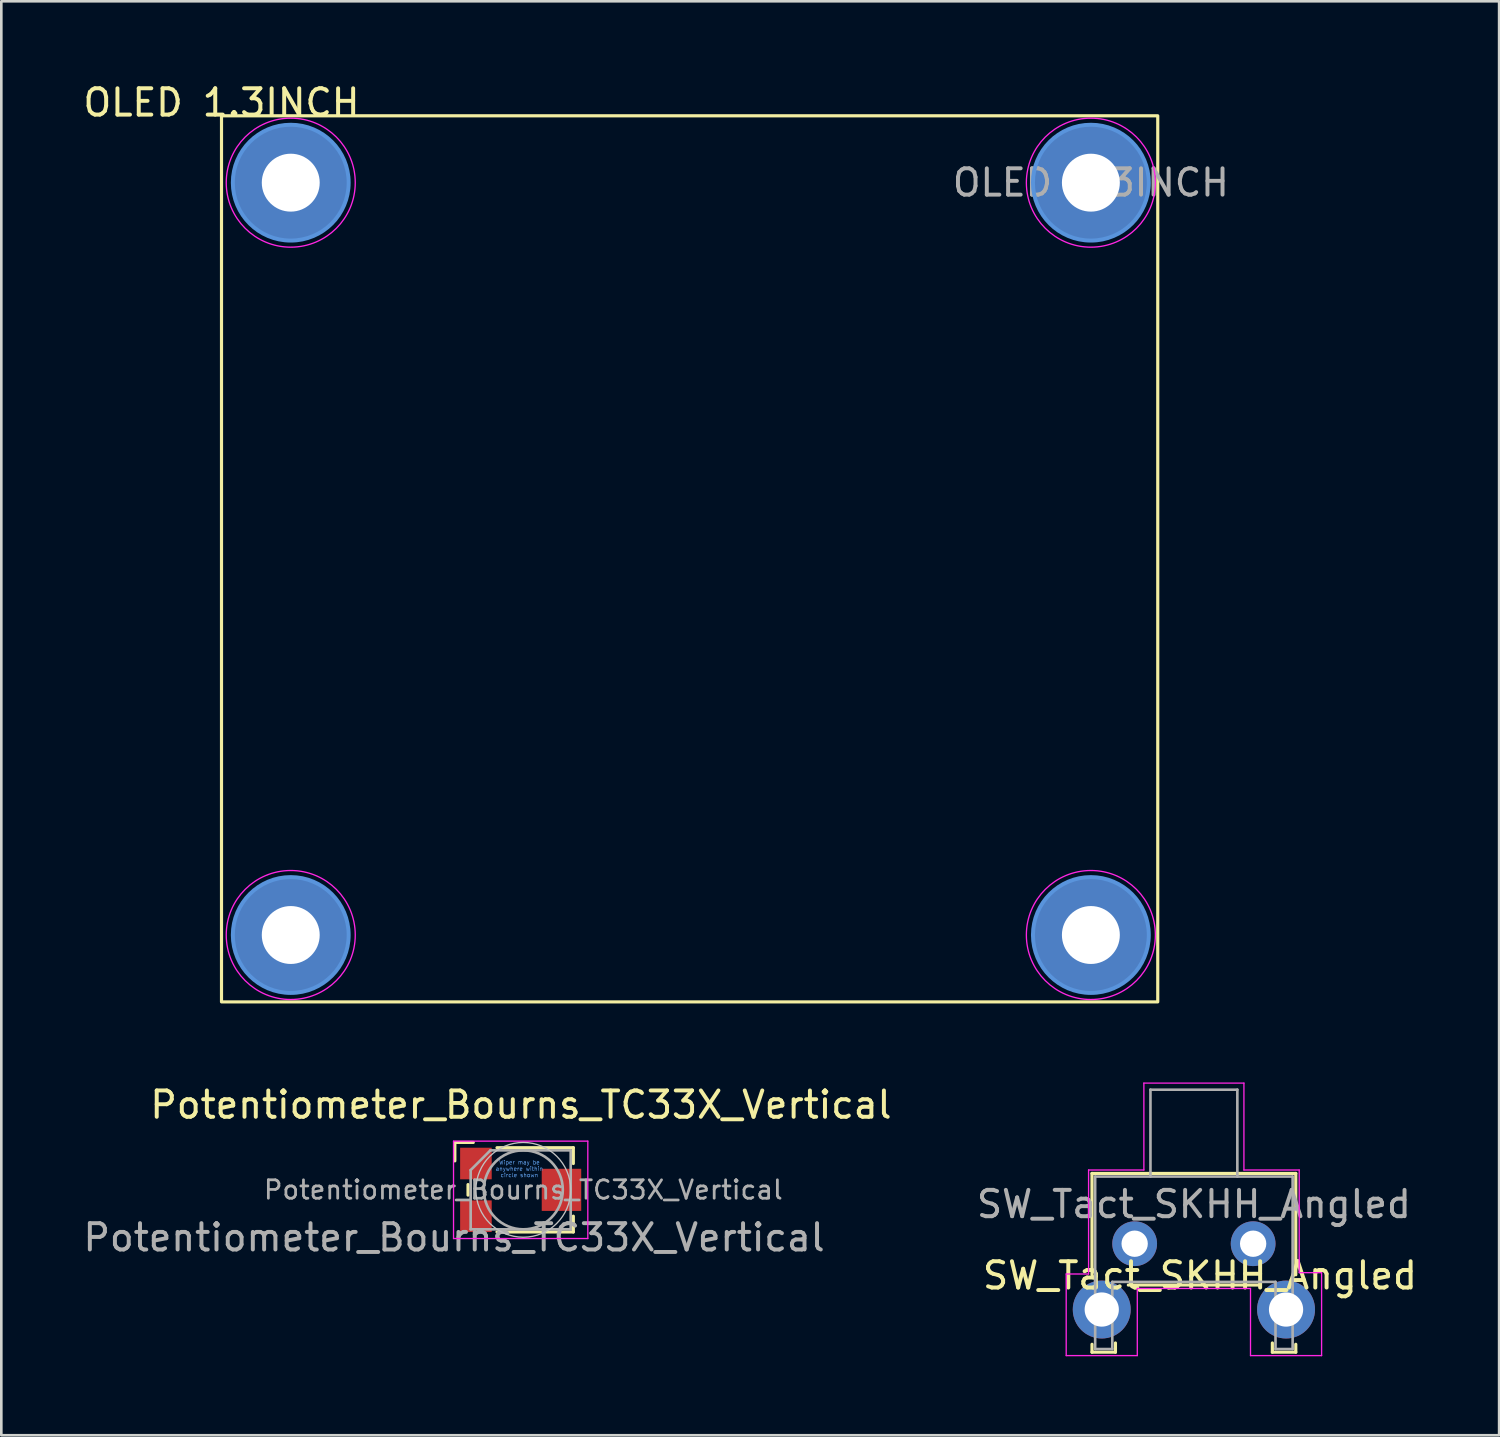
<source format=kicad_pcb>
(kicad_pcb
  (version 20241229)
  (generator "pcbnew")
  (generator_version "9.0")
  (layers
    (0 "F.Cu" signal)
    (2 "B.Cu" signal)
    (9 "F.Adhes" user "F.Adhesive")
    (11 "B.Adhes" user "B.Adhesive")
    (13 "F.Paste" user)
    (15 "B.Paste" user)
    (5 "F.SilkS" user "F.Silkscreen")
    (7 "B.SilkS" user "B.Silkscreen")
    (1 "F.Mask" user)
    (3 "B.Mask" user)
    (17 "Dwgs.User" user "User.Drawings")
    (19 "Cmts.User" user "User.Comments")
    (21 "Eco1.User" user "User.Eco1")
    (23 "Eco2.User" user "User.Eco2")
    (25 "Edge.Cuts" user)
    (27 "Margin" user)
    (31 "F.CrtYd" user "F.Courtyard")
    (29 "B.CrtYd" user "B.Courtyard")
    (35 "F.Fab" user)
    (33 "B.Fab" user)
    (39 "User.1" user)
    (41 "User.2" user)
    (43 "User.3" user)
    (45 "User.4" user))
  (footprint "SW_Tact_SKHH_Angled"
    (layer "F.Cu")
    (at 42.526 45.898)
    (property "Reference" "SW_Tact_SKHH_Angled" (at 0 -0.5 0) (unlocked yes) (layer "F.SilkS") (effects (font (size 1 1) (thickness 0.15))))
    (attr through_hole)
    (fp_line (start -4.1 -4.38) (end -4.1 -0.53) (stroke (width 0.12) (type solid)) (layer "F.SilkS"))
    (fp_line (start -4.1 2.11) (end -4.1 2.41) (stroke (width 0.12) (type solid)) (layer "F.SilkS"))
    (fp_line (start -3.21 2.41) (end -4.1 2.41) (stroke (width 0.12) (type solid)) (layer "F.SilkS"))
    (fp_line (start -3.21 2.41) (end -3.21 2.06) (stroke (width 0.12) (type solid)) (layer "F.SilkS"))
    (fp_line (start -2.72 -0.14) (end 2.26 -0.14) (stroke (width 0.12) (type solid)) (layer "F.SilkS"))
    (fp_line (start 2.75 2.41) (end 2.75 2.06) (stroke (width 0.12) (type solid)) (layer "F.SilkS"))
    (fp_line (start 3.64 -4.38) (end -4.1 -4.38) (stroke (width 0.12) (type solid)) (layer "F.SilkS"))
    (fp_line (start 3.64 -0.53) (end 3.64 -4.38) (stroke (width 0.12) (type solid)) (layer "F.SilkS"))
    (fp_line (start 3.64 2.11) (end 3.64 2.41) (stroke (width 0.12) (type solid)) (layer "F.SilkS"))
    (fp_line (start 3.64 2.41) (end 2.75 2.41) (stroke (width 0.12) (type solid)) (layer "F.SilkS"))
    (fp_line (start -5.08 -0.56) (end -4.23 -0.56) (stroke (width 0.05) (type solid)) (layer "F.CrtYd"))
    (fp_line (start -5.08 2.54) (end -5.08 -0.56) (stroke (width 0.05) (type solid)) (layer "F.CrtYd"))
    (fp_line (start -4.23 -0.56) (end -4.23 -4.51) (stroke (width 0.05) (type solid)) (layer "F.CrtYd"))
    (fp_line (start -2.38 -0.01) (end 1.92 -0.01) (stroke (width 0.05) (type solid)) (layer "F.CrtYd"))
    (fp_line (start -2.38 2.54) (end -5.08 2.54) (stroke (width 0.05) (type solid)) (layer "F.CrtYd"))
    (fp_line (start -2.38 2.54) (end -2.38 -0.01) (stroke (width 0.05) (type solid)) (layer "F.CrtYd"))
    (fp_line (start -2.13 -7.81) (end -2.13 -4.51) (stroke (width 0.05) (type solid)) (layer "F.CrtYd"))
    (fp_line (start -2.13 -4.51) (end -4.23 -4.51) (stroke (width 0.05) (type solid)) (layer "F.CrtYd"))
    (fp_line (start 1.67 -7.81) (end -2.13 -7.81) (stroke (width 0.05) (type solid)) (layer "F.CrtYd"))
    (fp_line (start 1.67 -4.51) (end 1.67 -7.81) (stroke (width 0.05) (type solid)) (layer "F.CrtYd"))
    (fp_line (start 1.92 -0.01) (end 1.92 2.54) (stroke (width 0.05) (type solid)) (layer "F.CrtYd"))
    (fp_line (start 1.92 2.54) (end 4.62 2.54) (stroke (width 0.05) (type solid)) (layer "F.CrtYd"))
    (fp_line (start 3.77 -4.51) (end 1.67 -4.51) (stroke (width 0.05) (type solid)) (layer "F.CrtYd"))
    (fp_line (start 3.77 -0.61) (end 3.77 -4.51) (stroke (width 0.05) (type solid)) (layer "F.CrtYd"))
    (fp_line (start 4.62 -0.61) (end 3.77 -0.61) (stroke (width 0.05) (type solid)) (layer "F.CrtYd"))
    (fp_line (start 4.62 2.54) (end 4.62 -0.61) (stroke (width 0.05) (type solid)) (layer "F.CrtYd"))
    (fp_line (start -3.98 2.29) (end -3.98 -4.26) (stroke (width 0.1) (type solid)) (layer "F.Fab"))
    (fp_line (start -3.33 -0.26) (end -3.33 2.29) (stroke (width 0.1) (type solid)) (layer "F.Fab"))
    (fp_line (start -3.33 2.29) (end -3.98 2.29) (stroke (width 0.1) (type solid)) (layer "F.Fab"))
    (fp_line (start -1.88 -7.56) (end 1.42 -7.56) (stroke (width 0.1) (type solid)) (layer "F.Fab"))
    (fp_line (start -1.88 -4.26) (end -1.88 -7.56) (stroke (width 0.1) (type solid)) (layer "F.Fab"))
    (fp_line (start 1.42 -4.26) (end 1.42 -7.56) (stroke (width 0.1) (type solid)) (layer "F.Fab"))
    (fp_line (start 2.87 -0.26) (end -3.33 -0.26) (stroke (width 0.1) (type solid)) (layer "F.Fab"))
    (fp_line (start 2.87 -0.26) (end 2.87 2.29) (stroke (width 0.1) (type solid)) (layer "F.Fab"))
    (fp_line (start 3.52 -4.26) (end -3.98 -4.26) (stroke (width 0.1) (type solid)) (layer "F.Fab"))
    (fp_line (start 3.52 -4.26) (end 3.52 2.29) (stroke (width 0.1) (type solid)) (layer "F.Fab"))
    (fp_line (start 3.52 2.29) (end 2.87 2.29) (stroke (width 0.1) (type solid)) (layer "F.Fab"))
    (fp_text user "${REFERENCE}" (at -0.23 -3.21 0) (layer "F.Fab") (effects (font (size 1 1) (thickness 0.15))))
    (pad "" thru_hole circle (at -3.73 0.79 180) (size 2.2 2.2) (drill 1.3) (layers "*.Cu" "*.Mask"))
    (pad "" thru_hole circle (at 3.27 0.79 180) (size 2.2 2.2) (drill 1.3) (layers "*.Cu" "*.Mask"))
    (pad "1" thru_hole circle (at -2.48 -1.71 180) (size 1.7 1.7) (drill 1) (layers "*.Cu" "*.Mask"))
    (pad "2" thru_hole circle (at 2.02 -1.71 180) (size 1.7 1.7) (drill 1) (layers "*.Cu" "*.Mask")))
  (footprint "Potentiometer_Bourns_TC33X_Vertical"
    (layer "F.Cu")
    (at 14.196 41.452)
    (property "Reference" "Potentiometer_Bourns_TC33X_Vertical" (at 2.54 -2.54 0) (unlocked yes) (layer "F.SilkS") (effects (font (size 1 1) (thickness 0.15))))
    (attr smd)
    (fp_line (start 0.03 -1.11) (end 0.03 -0.41) (stroke (width 0.12) (type solid)) (layer "F.SilkS"))
    (fp_line (start 0.53 0.49) (end 0.53 0.89) (stroke (width 0.12) (type solid)) (layer "F.SilkS"))
    (fp_line (start 0.73 -1.11) (end 0.03 -1.11) (stroke (width 0.12) (type solid)) (layer "F.SilkS"))
    (fp_line (start 1.63 -0.91) (end 4.53 -0.91) (stroke (width 0.12) (type solid)) (layer "F.SilkS"))
    (fp_line (start 1.63 2.29) (end 4.53 2.29) (stroke (width 0.12) (type solid)) (layer "F.SilkS"))
    (fp_line (start 4.53 -0.91) (end 4.53 -0.31) (stroke (width 0.12) (type solid)) (layer "F.SilkS"))
    (fp_line (start 4.53 2.29) (end 4.53 1.69) (stroke (width 0.12) (type solid)) (layer "F.SilkS"))
    (fp_circle (center 2.63 0.69) (end 4.43 0.69) (stroke (width 0.05) (type solid)) (fill no) (layer "Dwgs.User"))
    (fp_line (start -0.02 -1.16) (end 5.08 -1.16) (stroke (width 0.05) (type solid)) (layer "F.CrtYd"))
    (fp_line (start -0.02 2.54) (end -0.02 -1.16) (stroke (width 0.05) (type solid)) (layer "F.CrtYd"))
    (fp_line (start 5.08 -1.16) (end 5.08 2.54) (stroke (width 0.05) (type solid)) (layer "F.CrtYd"))
    (fp_line (start 5.08 2.54) (end -0.02 2.54) (stroke (width 0.05) (type solid)) (layer "F.CrtYd"))
    (fp_line (start 0.63 -0.06) (end 0.63 2.19) (stroke (width 0.1) (type solid)) (layer "F.Fab"))
    (fp_line (start 0.63 2.19) (end 4.43 2.19) (stroke (width 0.1) (type solid)) (layer "F.Fab"))
    (fp_line (start 1.38 -0.81) (end 0.63 -0.06) (stroke (width 0.1) (type solid)) (layer "F.Fab"))
    (fp_line (start 4.43 -0.81) (end 1.38 -0.81) (stroke (width 0.1) (type solid)) (layer "F.Fab"))
    (fp_line (start 4.43 2.19) (end 4.43 -0.81) (stroke (width 0.1) (type solid)) (layer "F.Fab"))
    (fp_circle (center 2.63 0.69) (end 4.13 0.69) (stroke (width 0.1) (type solid)) (fill no) (layer "F.Fab"))
    (fp_text user "Wiper may be\nanywhere within\ncircle shown" (at 2.48 -0.11 0) (layer "Cmts.User") (effects (font (size 0.15 0.15) (thickness 0.02))))
    (fp_text user "${REFERENCE}" (at 0 2.5 0) (unlocked yes) (layer "F.Fab") (effects (font (size 1 1) (thickness 0.15))))
    (fp_text user "${REFERENCE}" (at 2.63 0.69 0) (layer "F.Fab") (effects (font (size 0.7 0.7) (thickness 0.105))))
    (pad "1" smd rect (at 0.83 -0.31) (size 1.2 1.2) (layers "F.Cu" "F.Mask" "F.Paste"))
    (pad "2" smd rect (at 4.08 0.69) (size 1.5 1.6) (layers "F.Cu" "F.Mask" "F.Paste"))
    (pad "3" smd rect (at 0.83 1.69) (size 1.2 1.2) (layers "F.Cu" "F.Mask" "F.Paste")))
  (footprint "OLED 1.3INCH"
    (layer "F.Cu")
    (at 5.363 1.348)
    (property "Reference" "OLED 1.3INCH" (at 0 -0.5 0) (unlocked yes) (layer "F.SilkS") (effects (font (size 1 1) (thickness 0.15))))
    (attr through_hole)
    (fp_rect (start 0 0) (end 35.56 33.655) (stroke (width 0.12) (type solid)) (fill no) (layer "F.SilkS"))
    (fp_circle (center 2.63 2.54) (end 4.83 2.54) (stroke (width 0.15) (type solid)) (fill no) (layer "Cmts.User"))
    (fp_circle (center 2.63 31.115) (end 4.83 31.115) (stroke (width 0.15) (type solid)) (fill no) (layer "Cmts.User"))
    (fp_circle (center 33.02 2.54) (end 35.22 2.54) (stroke (width 0.15) (type solid)) (fill no) (layer "Cmts.User"))
    (fp_circle (center 33.02 31.115) (end 35.22 31.115) (stroke (width 0.15) (type solid)) (fill no) (layer "Cmts.User"))
    (fp_circle (center 2.63 2.54) (end 5.08 2.54) (stroke (width 0.05) (type solid)) (fill no) (layer "F.CrtYd"))
    (fp_circle (center 2.63 31.115) (end 5.08 31.115) (stroke (width 0.05) (type solid)) (fill no) (layer "F.CrtYd"))
    (fp_circle (center 33.02 2.54) (end 35.47 2.54) (stroke (width 0.05) (type solid)) (fill no) (layer "F.CrtYd"))
    (fp_circle (center 33.02 31.115) (end 35.47 31.115) (stroke (width 0.05) (type solid)) (fill no) (layer "F.CrtYd"))
    (fp_text user "${REFERENCE}" (at 33.02 2.54 0) (layer "F.Fab") (effects (font (size 1 1) (thickness 0.15))))
    (pad "" thru_hole circle (at 2.63 2.54) (size 4.4 4.4) (drill 2.2) (layers "*.Cu" "*.Mask"))
    (pad "" thru_hole circle (at 2.63 31.115) (size 4.4 4.4) (drill 2.2) (layers "*.Cu" "*.Mask"))
    (pad "" thru_hole circle (at 33.02 2.54) (size 4.4 4.4) (drill 2.2) (layers "*.Cu" "*.Mask"))
    (pad "" thru_hole circle (at 33.02 31.115) (size 4.4 4.4) (drill 2.2) (layers "*.Cu" "*.Mask")))
  (gr_rect
    (start -3 -3)
    (end 53.889 51.463)
    (stroke (width 0.1) (type default))
    (fill no)
    (layer "Edge.Cuts")))
</source>
